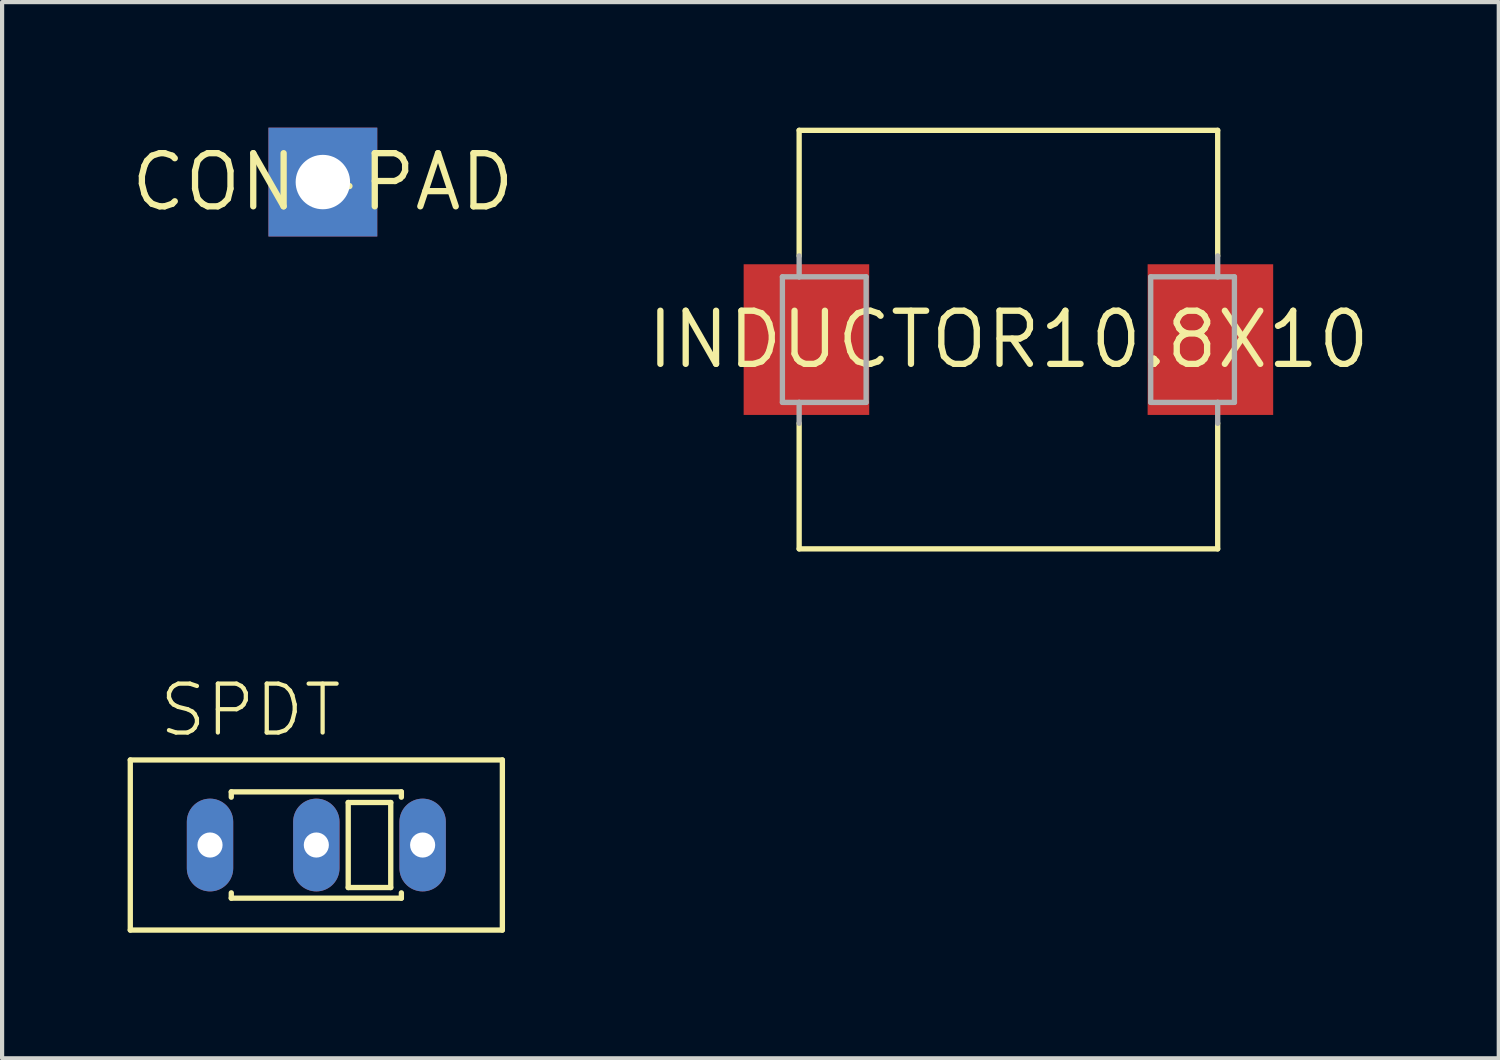
<source format=kicad_pcb>
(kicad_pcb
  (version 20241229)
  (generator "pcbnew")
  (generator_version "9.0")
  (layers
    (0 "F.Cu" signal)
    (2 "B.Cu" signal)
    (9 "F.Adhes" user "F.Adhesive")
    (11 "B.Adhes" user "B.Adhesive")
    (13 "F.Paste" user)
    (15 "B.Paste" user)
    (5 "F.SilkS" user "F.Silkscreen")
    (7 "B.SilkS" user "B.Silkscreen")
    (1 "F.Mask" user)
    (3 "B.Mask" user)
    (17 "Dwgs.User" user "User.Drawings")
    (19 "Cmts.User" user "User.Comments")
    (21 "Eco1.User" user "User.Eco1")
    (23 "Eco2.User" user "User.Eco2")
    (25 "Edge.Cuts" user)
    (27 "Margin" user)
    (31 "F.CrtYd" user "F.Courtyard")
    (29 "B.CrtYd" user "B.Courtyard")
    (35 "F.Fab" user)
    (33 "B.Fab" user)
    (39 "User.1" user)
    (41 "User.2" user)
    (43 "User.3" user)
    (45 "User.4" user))
  (footprint "INDUCTOR10.8X10"
    (layer "F.Cu")
    (at 21.044 5.064)
    (property "Reference" "INDUCTOR10.8X10" (at 0 0 0) (layer "F.SilkS") (effects (font (size 1.27 1.27) (thickness 0.15))))
    (fp_line (start -5 -5) (end -5 -2) (stroke (width 0.127) (type solid)) (layer "F.SilkS"))
    (fp_line (start -5 -5) (end 5 -5) (stroke (width 0.127) (type solid)) (layer "F.SilkS"))
    (fp_line (start -5 5) (end -5 2) (stroke (width 0.127) (type solid)) (layer "F.SilkS"))
    (fp_line (start 5 -5) (end 5 -2) (stroke (width 0.127) (type solid)) (layer "F.SilkS"))
    (fp_line (start 5 5) (end -5 5) (stroke (width 0.127) (type solid)) (layer "F.SilkS"))
    (fp_line (start 5 5) (end 5 2) (stroke (width 0.127) (type solid)) (layer "F.SilkS"))
    (fp_line (start -5.4 -1.5) (end -5 -1.5) (stroke (width 0.127) (type solid)) (layer "F.Fab"))
    (fp_line (start -5.4 1.5) (end -5.4 -1.5) (stroke (width 0.127) (type solid)) (layer "F.Fab"))
    (fp_line (start -5 -1.5) (end -5 -2) (stroke (width 0.127) (type solid)) (layer "F.Fab"))
    (fp_line (start -5 -1.5) (end -3.4 -1.5) (stroke (width 0.127) (type solid)) (layer "F.Fab"))
    (fp_line (start -5 1.5) (end -5.4 1.5) (stroke (width 0.127) (type solid)) (layer "F.Fab"))
    (fp_line (start -5 1.5) (end -5 2) (stroke (width 0.127) (type solid)) (layer "F.Fab"))
    (fp_line (start -3.4 -1.5) (end -3.4 1.5) (stroke (width 0.127) (type solid)) (layer "F.Fab"))
    (fp_line (start -3.4 1.5) (end -5 1.5) (stroke (width 0.127) (type solid)) (layer "F.Fab"))
    (fp_line (start 3.4 -1.5) (end 5 -1.5) (stroke (width 0.127) (type solid)) (layer "F.Fab"))
    (fp_line (start 3.4 1.5) (end 3.4 -1.5) (stroke (width 0.127) (type solid)) (layer "F.Fab"))
    (fp_line (start 5 -1.5) (end 5 -2) (stroke (width 0.127) (type solid)) (layer "F.Fab"))
    (fp_line (start 5 -1.5) (end 5.4 -1.5) (stroke (width 0.127) (type solid)) (layer "F.Fab"))
    (fp_line (start 5 1.5) (end 3.4 1.5) (stroke (width 0.127) (type solid)) (layer "F.Fab"))
    (fp_line (start 5 1.5) (end 5 2) (stroke (width 0.127) (type solid)) (layer "F.Fab"))
    (fp_line (start 5.4 -1.5) (end 5.4 1.5) (stroke (width 0.127) (type solid)) (layer "F.Fab"))
    (fp_line (start 5.4 1.5) (end 5 1.5) (stroke (width 0.127) (type solid)) (layer "F.Fab"))
    (pad "1" smd rect (at -4.826 0) (size 3 3.6) (layers "F.Cu" "F.Mask" "F.Paste"))
    (pad "2" smd rect (at 4.826 0) (size 3 3.6) (layers "F.Cu" "F.Mask" "F.Paste")))
  (footprint "CON-PAD"
    (layer "F.Cu")
    (at 4.664 1.3)
    (property "Reference" "CON-PAD" (at 0 0 0) (layer "F.SilkS") (effects (font (size 1.27 1.27) (thickness 0.15))))
    (pad "1" thru_hole rect (at 0 0) (size 2.6 2.6) (drill 1.3) (layers "*.Cu" "*.Mask")))
  (footprint "SPDT"
    (layer "F.Cu")
    (at 4.508 17.14)
    (property "Reference" "SPDT" (at -3.81 -2.54 0) (layer "F.SilkS") (effects (font (size 1.168 1.168) (thickness 0.102)) (justify left bottom)))
    (fp_line (start -4.445 -2.032) (end 4.445 -2.032) (stroke (width 0.127) (type solid)) (layer "F.SilkS"))
    (fp_line (start -4.445 2.032) (end -4.445 -2.032) (stroke (width 0.127) (type solid)) (layer "F.SilkS"))
    (fp_line (start -2.032 -1.27) (end -2.032 -1.143) (stroke (width 0.127) (type solid)) (layer "F.SilkS"))
    (fp_line (start -2.032 -1.27) (end 2.032 -1.27) (stroke (width 0.127) (type solid)) (layer "F.SilkS"))
    (fp_line (start -2.032 1.27) (end -2.032 1.143) (stroke (width 0.127) (type solid)) (layer "F.SilkS"))
    (fp_line (start -2.032 1.27) (end 2.032 1.27) (stroke (width 0.127) (type solid)) (layer "F.SilkS"))
    (fp_line (start 0.762 -1.016) (end 0.762 1.016) (stroke (width 0.127) (type solid)) (layer "F.SilkS"))
    (fp_line (start 0.762 1.016) (end 1.778 1.016) (stroke (width 0.127) (type solid)) (layer "F.SilkS"))
    (fp_line (start 1.778 -1.016) (end 0.762 -1.016) (stroke (width 0.127) (type solid)) (layer "F.SilkS"))
    (fp_line (start 1.778 1.016) (end 1.778 -1.016) (stroke (width 0.127) (type solid)) (layer "F.SilkS"))
    (fp_line (start 2.032 -1.27) (end 2.032 -1.143) (stroke (width 0.127) (type solid)) (layer "F.SilkS"))
    (fp_line (start 2.032 1.27) (end 2.032 1.143) (stroke (width 0.127) (type solid)) (layer "F.SilkS"))
    (fp_line (start 4.445 -2.032) (end 4.445 2.032) (stroke (width 0.127) (type solid)) (layer "F.SilkS"))
    (fp_line (start 4.445 2.032) (end -4.445 2.032) (stroke (width 0.127) (type solid)) (layer "F.SilkS"))
    (pad "1" thru_hole oval (at -2.54 0 90) (size 2.216 1.108) (drill 0.6) (layers "*.Cu" "*.Mask"))
    (pad "2" thru_hole oval (at 0 0 90) (size 2.216 1.108) (drill 0.6) (layers "*.Cu" "*.Mask"))
    (pad "3" thru_hole oval (at 2.54 0 90) (size 2.216 1.108) (drill 0.6) (layers "*.Cu" "*.Mask")))
  (gr_rect
    (start -3 -3)
    (end 32.76 22.236)
    (stroke (width 0.1) (type default))
    (fill no)
    (layer "Edge.Cuts")))
</source>
